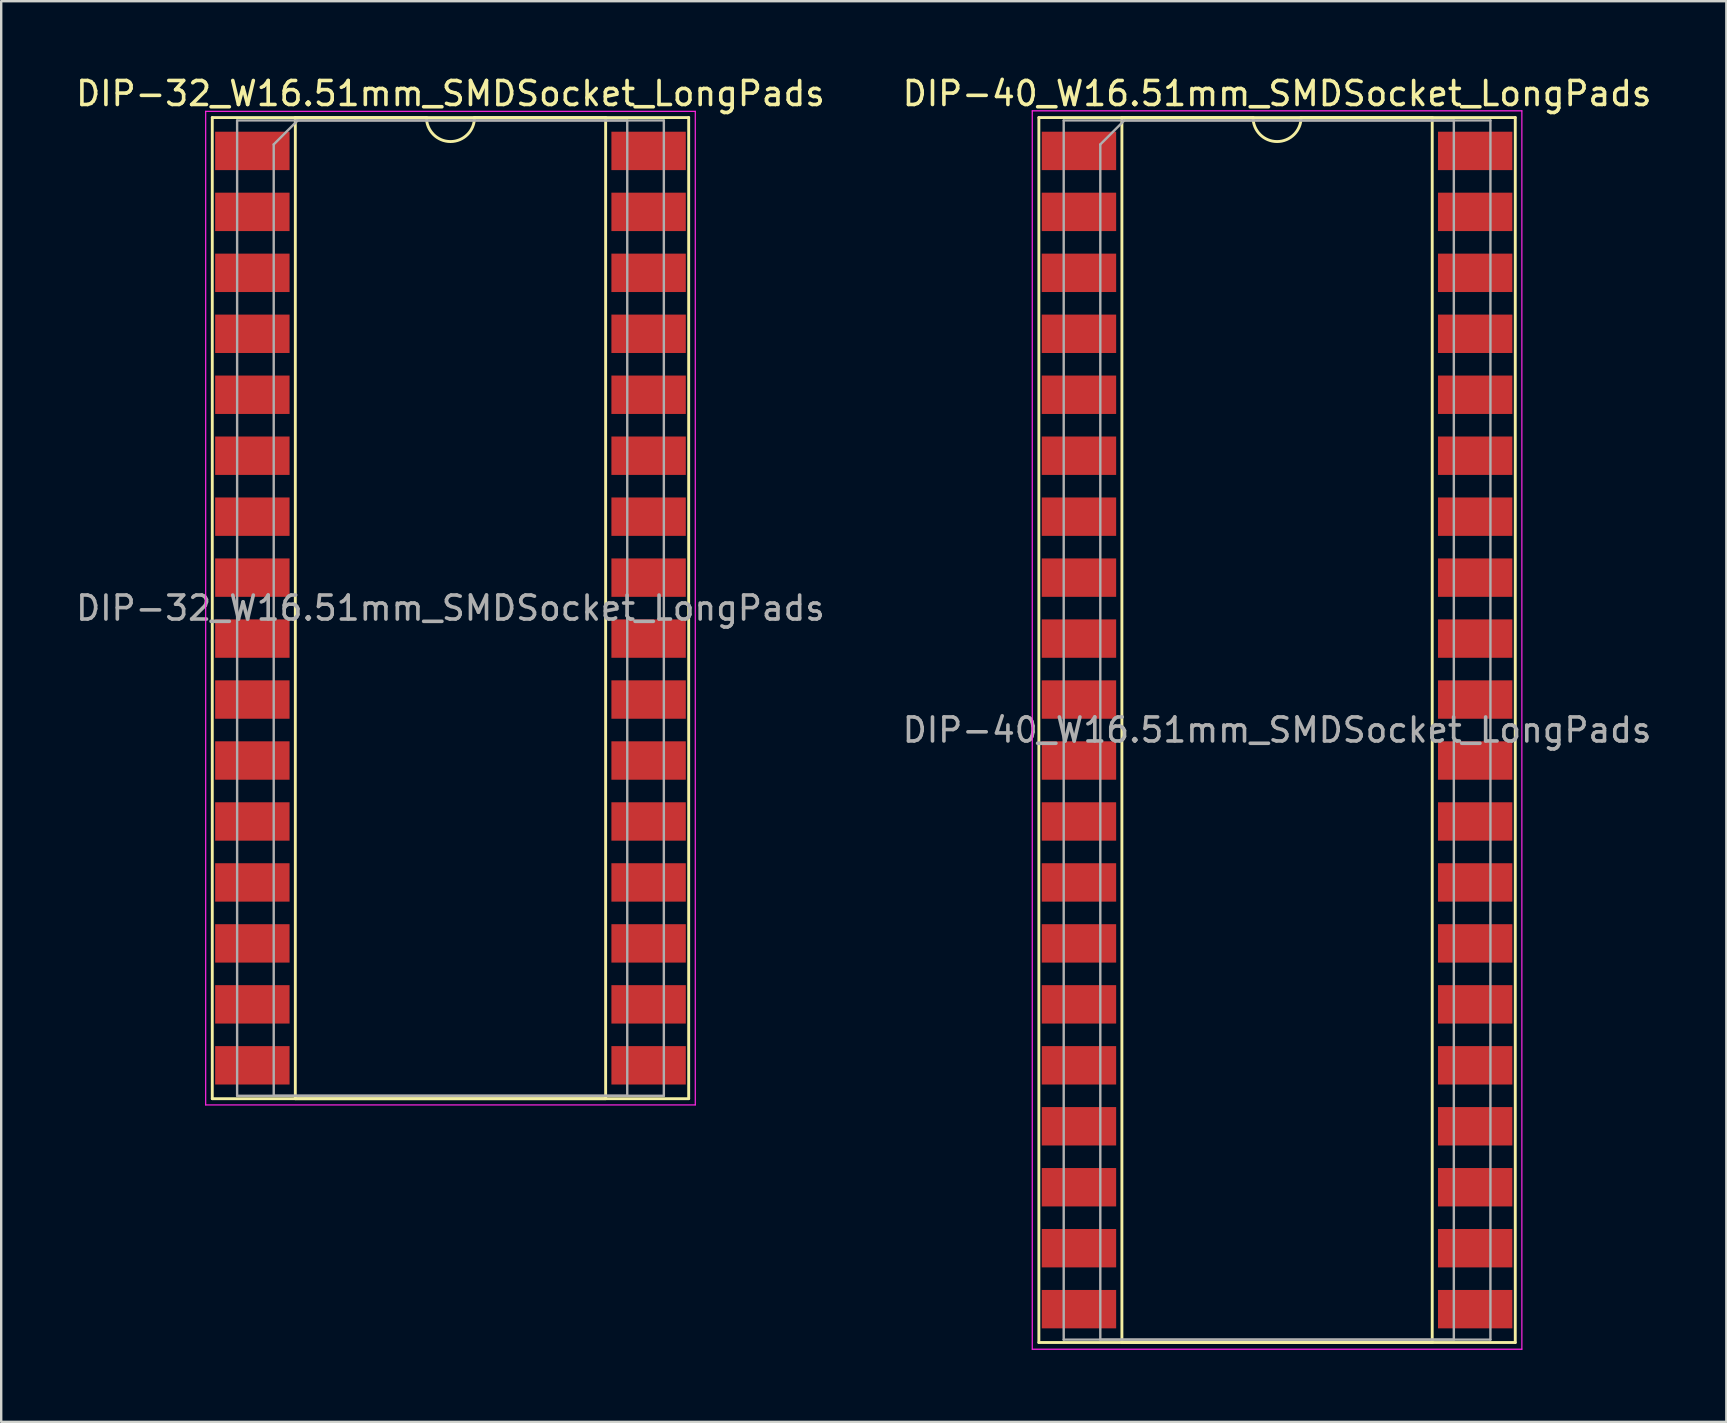
<source format=kicad_pcb>
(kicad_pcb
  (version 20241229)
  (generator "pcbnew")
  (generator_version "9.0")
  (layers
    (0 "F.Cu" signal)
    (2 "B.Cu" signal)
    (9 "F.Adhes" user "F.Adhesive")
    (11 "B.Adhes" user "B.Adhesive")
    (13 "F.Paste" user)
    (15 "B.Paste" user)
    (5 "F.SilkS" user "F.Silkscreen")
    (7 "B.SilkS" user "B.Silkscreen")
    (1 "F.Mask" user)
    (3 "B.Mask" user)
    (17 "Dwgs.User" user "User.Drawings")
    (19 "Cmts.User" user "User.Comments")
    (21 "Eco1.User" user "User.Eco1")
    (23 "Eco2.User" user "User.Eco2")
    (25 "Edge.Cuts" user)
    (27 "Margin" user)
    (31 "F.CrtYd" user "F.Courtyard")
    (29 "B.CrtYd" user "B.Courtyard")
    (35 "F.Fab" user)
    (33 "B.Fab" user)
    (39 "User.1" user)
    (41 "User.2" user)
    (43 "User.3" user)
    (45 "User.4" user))
  (footprint "DIP-40_W16.51mm_SMDSocket_LongPads"
    (layer "F.Cu")
    (at 50.161 27.368)
    (property "Reference" "DIP-40_W16.51mm_SMDSocket_LongPads" (at 0 -26.52 0) (layer "F.SilkS") (effects (font (size 1 1) (thickness 0.15))))
    (attr smd)
    (fp_line (start -9.925 -25.52) (end -9.925 25.52) (stroke (width 0.12) (type solid)) (layer "F.SilkS"))
    (fp_line (start -9.925 25.52) (end 9.925 25.52) (stroke (width 0.12) (type solid)) (layer "F.SilkS"))
    (fp_line (start -6.465 -25.52) (end -6.465 25.52) (stroke (width 0.12) (type solid)) (layer "F.SilkS"))
    (fp_line (start -6.465 25.52) (end 6.465 25.52) (stroke (width 0.12) (type solid)) (layer "F.SilkS"))
    (fp_line (start -1 -25.52) (end -6.465 -25.52) (stroke (width 0.12) (type solid)) (layer "F.SilkS"))
    (fp_line (start 6.465 -25.52) (end 1 -25.52) (stroke (width 0.12) (type solid)) (layer "F.SilkS"))
    (fp_line (start 6.465 25.52) (end 6.465 -25.52) (stroke (width 0.12) (type solid)) (layer "F.SilkS"))
    (fp_line (start 9.925 -25.52) (end -9.925 -25.52) (stroke (width 0.12) (type solid)) (layer "F.SilkS"))
    (fp_line (start 9.925 25.52) (end 9.925 -25.52) (stroke (width 0.12) (type solid)) (layer "F.SilkS"))
    (fp_arc (start 1 -25.52) (mid 0 -24.52) (end -1 -25.52) (stroke (width 0.12) (type solid)) (layer "F.SilkS"))
    (fp_line (start -10.2 -25.8) (end -10.2 25.8) (stroke (width 0.05) (type solid)) (layer "F.CrtYd"))
    (fp_line (start -10.2 25.8) (end 10.2 25.8) (stroke (width 0.05) (type solid)) (layer "F.CrtYd"))
    (fp_line (start 10.2 -25.8) (end -10.2 -25.8) (stroke (width 0.05) (type solid)) (layer "F.CrtYd"))
    (fp_line (start 10.2 25.8) (end 10.2 -25.8) (stroke (width 0.05) (type solid)) (layer "F.CrtYd"))
    (fp_line (start -8.89 -25.4) (end -8.89 25.4) (stroke (width 0.1) (type solid)) (layer "F.Fab"))
    (fp_line (start -8.89 25.4) (end 8.89 25.4) (stroke (width 0.1) (type solid)) (layer "F.Fab"))
    (fp_line (start -7.365 -24.4) (end -6.365 -25.4) (stroke (width 0.1) (type solid)) (layer "F.Fab"))
    (fp_line (start -7.365 25.4) (end -7.365 -24.4) (stroke (width 0.1) (type solid)) (layer "F.Fab"))
    (fp_line (start -6.365 -25.4) (end 7.365 -25.4) (stroke (width 0.1) (type solid)) (layer "F.Fab"))
    (fp_line (start 7.365 -25.4) (end 7.365 25.4) (stroke (width 0.1) (type solid)) (layer "F.Fab"))
    (fp_line (start 7.365 25.4) (end -7.365 25.4) (stroke (width 0.1) (type solid)) (layer "F.Fab"))
    (fp_line (start 8.89 -25.4) (end -8.89 -25.4) (stroke (width 0.1) (type solid)) (layer "F.Fab"))
    (fp_line (start 8.89 25.4) (end 8.89 -25.4) (stroke (width 0.1) (type solid)) (layer "F.Fab"))
    (fp_text user "${REFERENCE}" (at 0 0 0) (layer "F.Fab") (effects (font (size 1 1) (thickness 0.15))))
    (pad "1" smd rect (at -8.255 -24.13) (size 3.1 1.6) (layers "F.Cu" "F.Mask" "F.Paste"))
    (pad "2" smd rect (at -8.255 -21.59) (size 3.1 1.6) (layers "F.Cu" "F.Mask" "F.Paste"))
    (pad "3" smd rect (at -8.255 -19.05) (size 3.1 1.6) (layers "F.Cu" "F.Mask" "F.Paste"))
    (pad "4" smd rect (at -8.255 -16.51) (size 3.1 1.6) (layers "F.Cu" "F.Mask" "F.Paste"))
    (pad "5" smd rect (at -8.255 -13.97) (size 3.1 1.6) (layers "F.Cu" "F.Mask" "F.Paste"))
    (pad "6" smd rect (at -8.255 -11.43) (size 3.1 1.6) (layers "F.Cu" "F.Mask" "F.Paste"))
    (pad "7" smd rect (at -8.255 -8.89) (size 3.1 1.6) (layers "F.Cu" "F.Mask" "F.Paste"))
    (pad "8" smd rect (at -8.255 -6.35) (size 3.1 1.6) (layers "F.Cu" "F.Mask" "F.Paste"))
    (pad "9" smd rect (at -8.255 -3.81) (size 3.1 1.6) (layers "F.Cu" "F.Mask" "F.Paste"))
    (pad "10" smd rect (at -8.255 -1.27) (size 3.1 1.6) (layers "F.Cu" "F.Mask" "F.Paste"))
    (pad "11" smd rect (at -8.255 1.27) (size 3.1 1.6) (layers "F.Cu" "F.Mask" "F.Paste"))
    (pad "12" smd rect (at -8.255 3.81) (size 3.1 1.6) (layers "F.Cu" "F.Mask" "F.Paste"))
    (pad "13" smd rect (at -8.255 6.35) (size 3.1 1.6) (layers "F.Cu" "F.Mask" "F.Paste"))
    (pad "14" smd rect (at -8.255 8.89) (size 3.1 1.6) (layers "F.Cu" "F.Mask" "F.Paste"))
    (pad "15" smd rect (at -8.255 11.43) (size 3.1 1.6) (layers "F.Cu" "F.Mask" "F.Paste"))
    (pad "16" smd rect (at -8.255 13.97) (size 3.1 1.6) (layers "F.Cu" "F.Mask" "F.Paste"))
    (pad "17" smd rect (at -8.255 16.51) (size 3.1 1.6) (layers "F.Cu" "F.Mask" "F.Paste"))
    (pad "18" smd rect (at -8.255 19.05) (size 3.1 1.6) (layers "F.Cu" "F.Mask" "F.Paste"))
    (pad "19" smd rect (at -8.255 21.59) (size 3.1 1.6) (layers "F.Cu" "F.Mask" "F.Paste"))
    (pad "20" smd rect (at -8.255 24.13) (size 3.1 1.6) (layers "F.Cu" "F.Mask" "F.Paste"))
    (pad "21" smd rect (at 8.255 24.13) (size 3.1 1.6) (layers "F.Cu" "F.Mask" "F.Paste"))
    (pad "22" smd rect (at 8.255 21.59) (size 3.1 1.6) (layers "F.Cu" "F.Mask" "F.Paste"))
    (pad "23" smd rect (at 8.255 19.05) (size 3.1 1.6) (layers "F.Cu" "F.Mask" "F.Paste"))
    (pad "24" smd rect (at 8.255 16.51) (size 3.1 1.6) (layers "F.Cu" "F.Mask" "F.Paste"))
    (pad "25" smd rect (at 8.255 13.97) (size 3.1 1.6) (layers "F.Cu" "F.Mask" "F.Paste"))
    (pad "26" smd rect (at 8.255 11.43) (size 3.1 1.6) (layers "F.Cu" "F.Mask" "F.Paste"))
    (pad "27" smd rect (at 8.255 8.89) (size 3.1 1.6) (layers "F.Cu" "F.Mask" "F.Paste"))
    (pad "28" smd rect (at 8.255 6.35) (size 3.1 1.6) (layers "F.Cu" "F.Mask" "F.Paste"))
    (pad "29" smd rect (at 8.255 3.81) (size 3.1 1.6) (layers "F.Cu" "F.Mask" "F.Paste"))
    (pad "30" smd rect (at 8.255 1.27) (size 3.1 1.6) (layers "F.Cu" "F.Mask" "F.Paste"))
    (pad "31" smd rect (at 8.255 -1.27) (size 3.1 1.6) (layers "F.Cu" "F.Mask" "F.Paste"))
    (pad "32" smd rect (at 8.255 -3.81) (size 3.1 1.6) (layers "F.Cu" "F.Mask" "F.Paste"))
    (pad "33" smd rect (at 8.255 -6.35) (size 3.1 1.6) (layers "F.Cu" "F.Mask" "F.Paste"))
    (pad "34" smd rect (at 8.255 -8.89) (size 3.1 1.6) (layers "F.Cu" "F.Mask" "F.Paste"))
    (pad "35" smd rect (at 8.255 -11.43) (size 3.1 1.6) (layers "F.Cu" "F.Mask" "F.Paste"))
    (pad "36" smd rect (at 8.255 -13.97) (size 3.1 1.6) (layers "F.Cu" "F.Mask" "F.Paste"))
    (pad "37" smd rect (at 8.255 -16.51) (size 3.1 1.6) (layers "F.Cu" "F.Mask" "F.Paste"))
    (pad "38" smd rect (at 8.255 -19.05) (size 3.1 1.6) (layers "F.Cu" "F.Mask" "F.Paste"))
    (pad "39" smd rect (at 8.255 -21.59) (size 3.1 1.6) (layers "F.Cu" "F.Mask" "F.Paste"))
    (pad "40" smd rect (at 8.255 -24.13) (size 3.1 1.6) (layers "F.Cu" "F.Mask" "F.Paste")))
  (footprint "DIP-32_W16.51mm_SMDSocket_LongPads"
    (layer "F.Cu")
    (at 15.72 22.288)
    (property "Reference" "DIP-32_W16.51mm_SMDSocket_LongPads" (at 0 -21.44 0) (layer "F.SilkS") (effects (font (size 1 1) (thickness 0.15))))
    (attr smd)
    (fp_line (start -9.925 -20.44) (end -9.925 20.44) (stroke (width 0.12) (type solid)) (layer "F.SilkS"))
    (fp_line (start -9.925 20.44) (end 9.925 20.44) (stroke (width 0.12) (type solid)) (layer "F.SilkS"))
    (fp_line (start -6.465 -20.44) (end -6.465 20.44) (stroke (width 0.12) (type solid)) (layer "F.SilkS"))
    (fp_line (start -6.465 20.44) (end 6.465 20.44) (stroke (width 0.12) (type solid)) (layer "F.SilkS"))
    (fp_line (start -1 -20.44) (end -6.465 -20.44) (stroke (width 0.12) (type solid)) (layer "F.SilkS"))
    (fp_line (start 6.465 -20.44) (end 1 -20.44) (stroke (width 0.12) (type solid)) (layer "F.SilkS"))
    (fp_line (start 6.465 20.44) (end 6.465 -20.44) (stroke (width 0.12) (type solid)) (layer "F.SilkS"))
    (fp_line (start 9.925 -20.44) (end -9.925 -20.44) (stroke (width 0.12) (type solid)) (layer "F.SilkS"))
    (fp_line (start 9.925 20.44) (end 9.925 -20.44) (stroke (width 0.12) (type solid)) (layer "F.SilkS"))
    (fp_arc (start 1 -20.44) (mid 0 -19.44) (end -1 -20.44) (stroke (width 0.12) (type solid)) (layer "F.SilkS"))
    (fp_line (start -10.2 -20.7) (end -10.2 20.7) (stroke (width 0.05) (type solid)) (layer "F.CrtYd"))
    (fp_line (start -10.2 20.7) (end 10.2 20.7) (stroke (width 0.05) (type solid)) (layer "F.CrtYd"))
    (fp_line (start 10.2 -20.7) (end -10.2 -20.7) (stroke (width 0.05) (type solid)) (layer "F.CrtYd"))
    (fp_line (start 10.2 20.7) (end 10.2 -20.7) (stroke (width 0.05) (type solid)) (layer "F.CrtYd"))
    (fp_line (start -8.89 -20.32) (end -8.89 20.32) (stroke (width 0.1) (type solid)) (layer "F.Fab"))
    (fp_line (start -8.89 20.32) (end 8.89 20.32) (stroke (width 0.1) (type solid)) (layer "F.Fab"))
    (fp_line (start -7.365 -19.32) (end -6.365 -20.32) (stroke (width 0.1) (type solid)) (layer "F.Fab"))
    (fp_line (start -7.365 20.32) (end -7.365 -19.32) (stroke (width 0.1) (type solid)) (layer "F.Fab"))
    (fp_line (start -6.365 -20.32) (end 7.365 -20.32) (stroke (width 0.1) (type solid)) (layer "F.Fab"))
    (fp_line (start 7.365 -20.32) (end 7.365 20.32) (stroke (width 0.1) (type solid)) (layer "F.Fab"))
    (fp_line (start 7.365 20.32) (end -7.365 20.32) (stroke (width 0.1) (type solid)) (layer "F.Fab"))
    (fp_line (start 8.89 -20.32) (end -8.89 -20.32) (stroke (width 0.1) (type solid)) (layer "F.Fab"))
    (fp_line (start 8.89 20.32) (end 8.89 -20.32) (stroke (width 0.1) (type solid)) (layer "F.Fab"))
    (fp_text user "${REFERENCE}" (at 0 0 0) (layer "F.Fab") (effects (font (size 1 1) (thickness 0.15))))
    (pad "1" smd rect (at -8.255 -19.05) (size 3.1 1.6) (layers "F.Cu" "F.Mask" "F.Paste"))
    (pad "2" smd rect (at -8.255 -16.51) (size 3.1 1.6) (layers "F.Cu" "F.Mask" "F.Paste"))
    (pad "3" smd rect (at -8.255 -13.97) (size 3.1 1.6) (layers "F.Cu" "F.Mask" "F.Paste"))
    (pad "4" smd rect (at -8.255 -11.43) (size 3.1 1.6) (layers "F.Cu" "F.Mask" "F.Paste"))
    (pad "5" smd rect (at -8.255 -8.89) (size 3.1 1.6) (layers "F.Cu" "F.Mask" "F.Paste"))
    (pad "6" smd rect (at -8.255 -6.35) (size 3.1 1.6) (layers "F.Cu" "F.Mask" "F.Paste"))
    (pad "7" smd rect (at -8.255 -3.81) (size 3.1 1.6) (layers "F.Cu" "F.Mask" "F.Paste"))
    (pad "8" smd rect (at -8.255 -1.27) (size 3.1 1.6) (layers "F.Cu" "F.Mask" "F.Paste"))
    (pad "9" smd rect (at -8.255 1.27) (size 3.1 1.6) (layers "F.Cu" "F.Mask" "F.Paste"))
    (pad "10" smd rect (at -8.255 3.81) (size 3.1 1.6) (layers "F.Cu" "F.Mask" "F.Paste"))
    (pad "11" smd rect (at -8.255 6.35) (size 3.1 1.6) (layers "F.Cu" "F.Mask" "F.Paste"))
    (pad "12" smd rect (at -8.255 8.89) (size 3.1 1.6) (layers "F.Cu" "F.Mask" "F.Paste"))
    (pad "13" smd rect (at -8.255 11.43) (size 3.1 1.6) (layers "F.Cu" "F.Mask" "F.Paste"))
    (pad "14" smd rect (at -8.255 13.97) (size 3.1 1.6) (layers "F.Cu" "F.Mask" "F.Paste"))
    (pad "15" smd rect (at -8.255 16.51) (size 3.1 1.6) (layers "F.Cu" "F.Mask" "F.Paste"))
    (pad "16" smd rect (at -8.255 19.05) (size 3.1 1.6) (layers "F.Cu" "F.Mask" "F.Paste"))
    (pad "17" smd rect (at 8.255 19.05) (size 3.1 1.6) (layers "F.Cu" "F.Mask" "F.Paste"))
    (pad "18" smd rect (at 8.255 16.51) (size 3.1 1.6) (layers "F.Cu" "F.Mask" "F.Paste"))
    (pad "19" smd rect (at 8.255 13.97) (size 3.1 1.6) (layers "F.Cu" "F.Mask" "F.Paste"))
    (pad "20" smd rect (at 8.255 11.43) (size 3.1 1.6) (layers "F.Cu" "F.Mask" "F.Paste"))
    (pad "21" smd rect (at 8.255 8.89) (size 3.1 1.6) (layers "F.Cu" "F.Mask" "F.Paste"))
    (pad "22" smd rect (at 8.255 6.35) (size 3.1 1.6) (layers "F.Cu" "F.Mask" "F.Paste"))
    (pad "23" smd rect (at 8.255 3.81) (size 3.1 1.6) (layers "F.Cu" "F.Mask" "F.Paste"))
    (pad "24" smd rect (at 8.255 1.27) (size 3.1 1.6) (layers "F.Cu" "F.Mask" "F.Paste"))
    (pad "25" smd rect (at 8.255 -1.27) (size 3.1 1.6) (layers "F.Cu" "F.Mask" "F.Paste"))
    (pad "26" smd rect (at 8.255 -3.81) (size 3.1 1.6) (layers "F.Cu" "F.Mask" "F.Paste"))
    (pad "27" smd rect (at 8.255 -6.35) (size 3.1 1.6) (layers "F.Cu" "F.Mask" "F.Paste"))
    (pad "28" smd rect (at 8.255 -8.89) (size 3.1 1.6) (layers "F.Cu" "F.Mask" "F.Paste"))
    (pad "29" smd rect (at 8.255 -11.43) (size 3.1 1.6) (layers "F.Cu" "F.Mask" "F.Paste"))
    (pad "30" smd rect (at 8.255 -13.97) (size 3.1 1.6) (layers "F.Cu" "F.Mask" "F.Paste"))
    (pad "31" smd rect (at 8.255 -16.51) (size 3.1 1.6) (layers "F.Cu" "F.Mask" "F.Paste"))
    (pad "32" smd rect (at 8.255 -19.05) (size 3.1 1.6) (layers "F.Cu" "F.Mask" "F.Paste")))
  (gr_rect
    (start -3 -3)
    (end 68.881 56.193)
    (stroke (width 0.1) (type default))
    (fill no)
    (layer "Edge.Cuts")))
</source>
